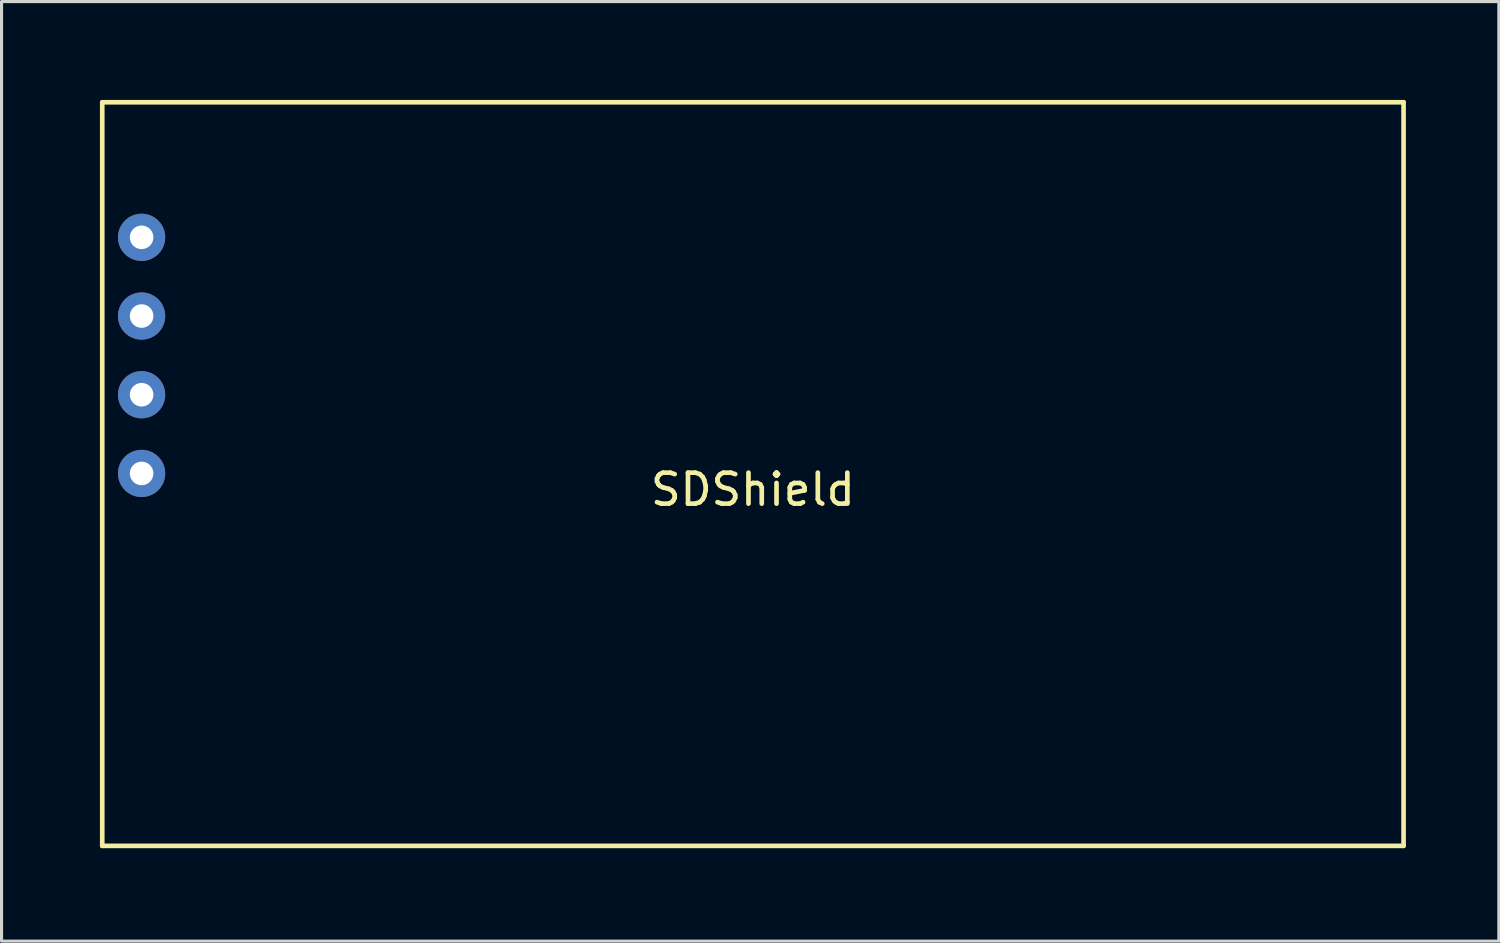
<source format=kicad_pcb>
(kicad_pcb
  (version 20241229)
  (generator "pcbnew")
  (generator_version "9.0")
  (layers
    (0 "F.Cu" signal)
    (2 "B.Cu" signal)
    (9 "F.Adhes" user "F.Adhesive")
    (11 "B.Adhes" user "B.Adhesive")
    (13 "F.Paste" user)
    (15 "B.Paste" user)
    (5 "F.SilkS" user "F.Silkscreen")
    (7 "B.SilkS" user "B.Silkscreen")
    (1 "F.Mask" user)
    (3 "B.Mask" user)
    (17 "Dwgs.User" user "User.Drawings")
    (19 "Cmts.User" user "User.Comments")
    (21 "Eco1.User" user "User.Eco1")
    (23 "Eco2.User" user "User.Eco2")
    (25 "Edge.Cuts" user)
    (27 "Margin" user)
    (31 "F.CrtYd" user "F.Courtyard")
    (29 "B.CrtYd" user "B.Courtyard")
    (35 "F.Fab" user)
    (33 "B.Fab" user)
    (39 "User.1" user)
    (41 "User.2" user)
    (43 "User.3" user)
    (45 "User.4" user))
  (footprint "SDShield"
    (layer "F.Cu")
    (at 0.25 0.25)
    (property "Reference" "SDShield" (at 21 12.5 0) (layer "F.SilkS") (effects (font (size 1 1) (thickness 0.15))))
    (attr through_hole)
    (fp_line (start 0 0) (end 0 24) (stroke (width 0.15) (type solid)) (layer "F.SilkS"))
    (fp_line (start 0 24) (end 42 24) (stroke (width 0.15) (type solid)) (layer "F.SilkS"))
    (fp_line (start 42 0) (end 0 0) (stroke (width 0.15) (type solid)) (layer "F.SilkS"))
    (fp_line (start 42 24) (end 42 0) (stroke (width 0.15) (type solid)) (layer "F.SilkS"))
    (pad "1" thru_hole circle (at 1.27 4.36) (size 1.524 1.524) (drill 0.762) (layers "*.Cu" "*.Mask"))
    (pad "2" thru_hole circle (at 1.27 6.9) (size 1.524 1.524) (drill 0.762) (layers "*.Cu" "*.Mask"))
    (pad "3" thru_hole circle (at 1.27 9.44) (size 1.524 1.524) (drill 0.762) (layers "*.Cu" "*.Mask"))
    (pad "4" thru_hole circle (at 1.27 11.98) (size 1.524 1.524) (drill 0.762) (layers "*.Cu" "*.Mask")))
  (gr_rect
    (start -3 -3)
    (end 45.325 27.325)
    (stroke (width 0.1) (type default))
    (fill no)
    (layer "Edge.Cuts")))
</source>
